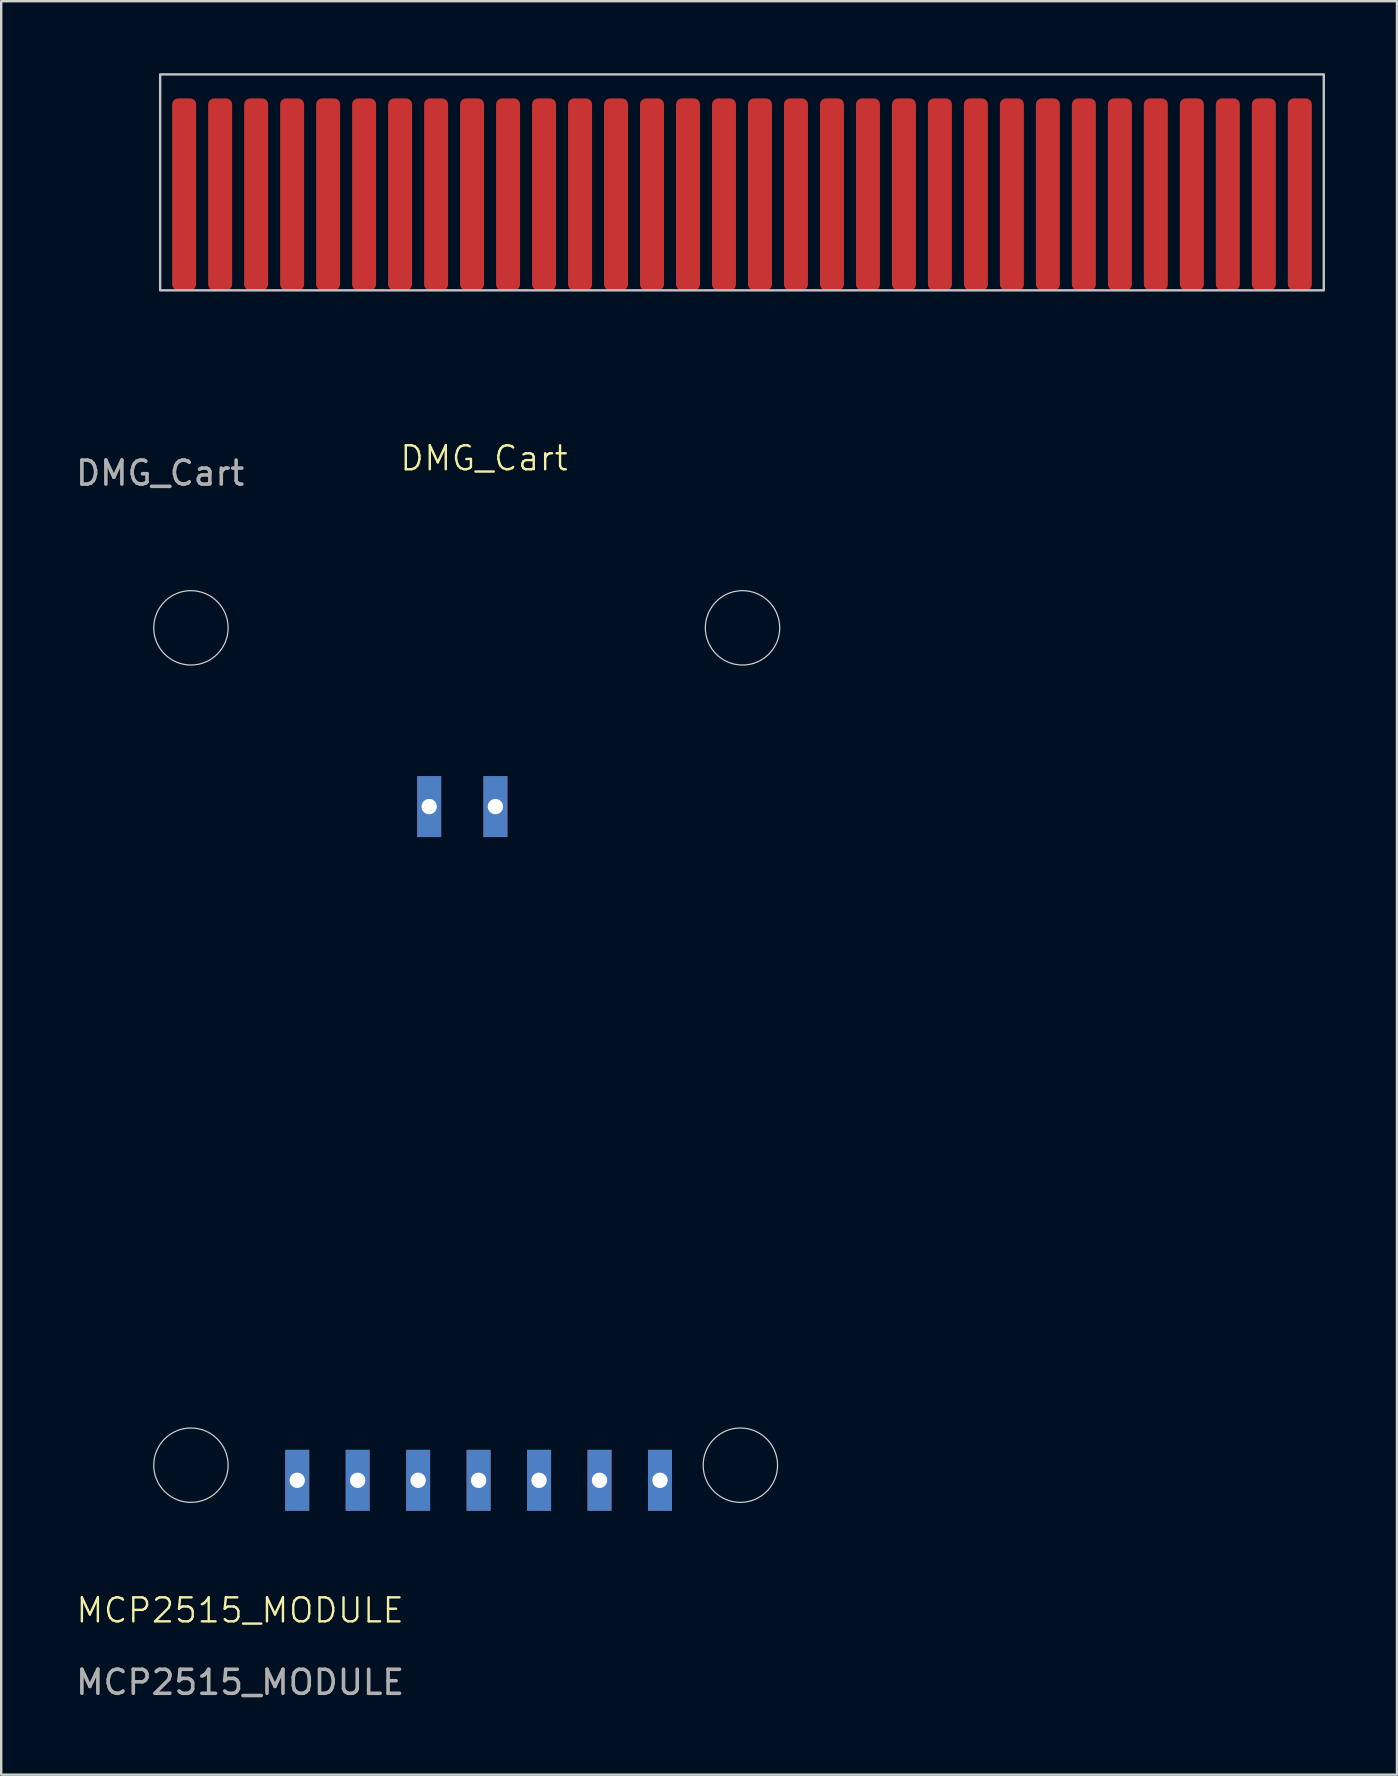
<source format=kicad_pcb>
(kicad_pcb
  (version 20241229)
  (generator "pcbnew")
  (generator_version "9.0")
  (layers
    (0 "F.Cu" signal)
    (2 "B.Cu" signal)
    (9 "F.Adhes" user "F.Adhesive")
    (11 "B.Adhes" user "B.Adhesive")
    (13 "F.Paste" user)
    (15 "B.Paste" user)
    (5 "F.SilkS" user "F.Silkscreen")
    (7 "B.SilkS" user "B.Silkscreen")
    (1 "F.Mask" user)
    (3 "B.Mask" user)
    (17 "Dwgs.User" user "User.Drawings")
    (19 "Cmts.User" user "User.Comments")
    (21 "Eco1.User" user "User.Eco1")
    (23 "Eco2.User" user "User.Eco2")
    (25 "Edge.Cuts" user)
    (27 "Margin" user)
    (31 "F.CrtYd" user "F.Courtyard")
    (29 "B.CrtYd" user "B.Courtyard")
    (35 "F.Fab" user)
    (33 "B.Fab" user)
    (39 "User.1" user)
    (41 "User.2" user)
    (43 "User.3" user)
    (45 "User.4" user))
  (footprint "DMG_Cart"
    (layer "F.Cu")
    (at 3.625 9.05)
    (property "Reference" "DMG_Cart" (at 13.5 7 0) (unlocked yes) (layer "F.SilkS") (effects (font (size 1 1) (thickness 0.1))))
    (attr smd)
    (fp_poly (pts (xy 48.5 -8) (xy 0 -8) (xy 0 0) (xy 48.5 0)) (stroke (width 0.1) (type solid)) (fill yes) (layer "F.Mask"))
    (fp_rect (start 0 -9) (end 48.5 0) (stroke (width 0.1) (type default)) (fill no) (layer "Dwgs.User"))
    (fp_text user "${REFERENCE}" (at 0 7.62 0) (unlocked yes) (layer "F.Fab") (effects (font (size 1 1) (thickness 0.15))))
    (pad "1" smd roundrect (at 1 -4) (size 1 8) (layers "F.Cu" "F.Mask" "F.Paste") (roundrect_rratio 0.25))
    (pad "2" smd roundrect (at 2.5 -4) (size 1 8) (layers "F.Cu" "F.Mask" "F.Paste") (roundrect_rratio 0.25))
    (pad "3" smd roundrect (at 4 -4) (size 1 8) (layers "F.Cu" "F.Mask" "F.Paste") (roundrect_rratio 0.25))
    (pad "4" smd roundrect (at 5.5 -4) (size 1 8) (layers "F.Cu" "F.Mask" "F.Paste") (roundrect_rratio 0.25))
    (pad "5" smd roundrect (at 7 -4) (size 1 8) (layers "F.Cu" "F.Mask" "F.Paste") (roundrect_rratio 0.25))
    (pad "6" smd roundrect (at 8.5 -4) (size 1 8) (layers "F.Cu" "F.Mask" "F.Paste") (roundrect_rratio 0.25))
    (pad "7" smd roundrect (at 10 -4) (size 1 8) (layers "F.Cu" "F.Mask" "F.Paste") (roundrect_rratio 0.25))
    (pad "8" smd roundrect (at 11.5 -4) (size 1 8) (layers "F.Cu" "F.Mask" "F.Paste") (roundrect_rratio 0.25))
    (pad "9" smd roundrect (at 13 -4) (size 1 8) (layers "F.Cu" "F.Mask" "F.Paste") (roundrect_rratio 0.25))
    (pad "10" smd roundrect (at 14.5 -4) (size 1 8) (layers "F.Cu" "F.Mask" "F.Paste") (roundrect_rratio 0.25))
    (pad "11" smd roundrect (at 16 -4) (size 1 8) (layers "F.Cu" "F.Mask" "F.Paste") (roundrect_rratio 0.25))
    (pad "12" smd roundrect (at 17.5 -4) (size 1 8) (layers "F.Cu" "F.Mask" "F.Paste") (roundrect_rratio 0.25))
    (pad "13" smd roundrect (at 19 -4) (size 1 8) (layers "F.Cu" "F.Mask" "F.Paste") (roundrect_rratio 0.25))
    (pad "14" smd roundrect (at 20.5 -4) (size 1 8) (layers "F.Cu" "F.Mask" "F.Paste") (roundrect_rratio 0.25))
    (pad "15" smd roundrect (at 22 -4) (size 1 8) (layers "F.Cu" "F.Mask" "F.Paste") (roundrect_rratio 0.25))
    (pad "16" smd roundrect (at 23.5 -4) (size 1 8) (layers "F.Cu" "F.Mask" "F.Paste") (roundrect_rratio 0.25))
    (pad "17" smd roundrect (at 25 -4) (size 1 8) (layers "F.Cu" "F.Mask" "F.Paste") (roundrect_rratio 0.25))
    (pad "18" smd roundrect (at 26.5 -4) (size 1 8) (layers "F.Cu" "F.Mask" "F.Paste") (roundrect_rratio 0.25))
    (pad "19" smd roundrect (at 28 -4) (size 1 8) (layers "F.Cu" "F.Mask" "F.Paste") (roundrect_rratio 0.25))
    (pad "20" smd roundrect (at 29.5 -4) (size 1 8) (layers "F.Cu" "F.Mask" "F.Paste") (roundrect_rratio 0.25))
    (pad "21" smd roundrect (at 31 -4) (size 1 8) (layers "F.Cu" "F.Mask" "F.Paste") (roundrect_rratio 0.25))
    (pad "22" smd roundrect (at 32.5 -4) (size 1 8) (layers "F.Cu" "F.Mask" "F.Paste") (roundrect_rratio 0.25))
    (pad "23" smd roundrect (at 34 -4) (size 1 8) (layers "F.Cu" "F.Mask" "F.Paste") (roundrect_rratio 0.25))
    (pad "24" smd roundrect (at 35.5 -4) (size 1 8) (layers "F.Cu" "F.Mask" "F.Paste") (roundrect_rratio 0.25))
    (pad "25" smd roundrect (at 37 -4) (size 1 8) (layers "F.Cu" "F.Mask" "F.Paste") (roundrect_rratio 0.25))
    (pad "26" smd roundrect (at 38.5 -4) (size 1 8) (layers "F.Cu" "F.Mask" "F.Paste") (roundrect_rratio 0.25))
    (pad "27" smd roundrect (at 40 -4) (size 1 8) (layers "F.Cu" "F.Mask" "F.Paste") (roundrect_rratio 0.25))
    (pad "28" smd roundrect (at 41.5 -4) (size 1 8) (layers "F.Cu" "F.Mask" "F.Paste") (roundrect_rratio 0.25))
    (pad "29" smd roundrect (at 43 -4) (size 1 8) (layers "F.Cu" "F.Mask" "F.Paste") (roundrect_rratio 0.25))
    (pad "30" smd roundrect (at 44.5 -4) (size 1 8) (layers "F.Cu" "F.Mask" "F.Paste") (roundrect_rratio 0.25))
    (pad "31" smd roundrect (at 46 -4) (size 1 8) (layers "F.Cu" "F.Mask" "F.Paste") (roundrect_rratio 0.25))
    (pad "32" smd roundrect (at 47.5 -4) (size 1 8) (layers "F.Cu" "F.Mask" "F.Paste") (roundrect_rratio 0.25)))
  (footprint "MCP2515_MODULE"
    (layer "F.Cu")
    (at 30.458 60.568)
    (property "Reference" "MCP2515_MODULE" (at -23.5 3.5 0) (unlocked yes) (layer "F.SilkS") (effects (font (size 1 1) (thickness 0.1))))
    (attr through_hole)
    (fp_circle (center -25.55 -37.45) (end -24 -37.45) (stroke (width 0.05) (type default)) (fill no) (layer "Edge.Cuts"))
    (fp_circle (center -25.55 -2.55) (end -24 -2.55) (stroke (width 0.05) (type default)) (fill no) (layer "Edge.Cuts"))
    (fp_circle (center -2.65 -2.55) (end -1.1 -2.55) (stroke (width 0.05) (type default)) (fill no) (layer "Edge.Cuts"))
    (fp_circle (center -2.56 -37.45) (end -1.01 -37.45) (stroke (width 0.05) (type default)) (fill no) (layer "Edge.Cuts"))
    (fp_rect (start -28.2 -40) (end 0 0) (stroke (width 0.1) (type default)) (fill no) (layer "Margin"))
    (fp_text user "${REFERENCE}" (at -23.5 6.5 0) (unlocked yes) (layer "F.Fab") (effects (font (size 1 1) (thickness 0.15))))
    (pad "1" thru_hole rect (at -21.12 -1.92) (size 1 2.54) (drill 0.64) (layers "*.Cu" "*.Mask"))
    (pad "2" thru_hole rect (at -18.6 -1.92) (size 1 2.54) (drill 0.64) (layers "*.Cu" "*.Mask"))
    (pad "3" thru_hole rect (at -16.08 -1.92) (size 1 2.54) (drill 0.64) (layers "*.Cu" "*.Mask"))
    (pad "4" thru_hole rect (at -13.56 -1.92) (size 1 2.54) (drill 0.64) (layers "*.Cu" "*.Mask"))
    (pad "5" thru_hole rect (at -11.04 -1.92) (size 1 2.54) (drill 0.64) (layers "*.Cu" "*.Mask"))
    (pad "6" thru_hole rect (at -8.52 -1.92) (size 1 2.54) (drill 0.64) (layers "*.Cu" "*.Mask"))
    (pad "7" thru_hole rect (at -6 -1.92) (size 1 2.54) (drill 0.64) (layers "*.Cu" "*.Mask"))
    (pad "8" thru_hole rect (at -12.86 -30) (size 1 2.54) (drill 0.64) (layers "*.Cu" "*.Mask"))
    (pad "9" thru_hole rect (at -15.62 -30) (size 1 2.54) (drill 0.64) (layers "*.Cu" "*.Mask")))
  (gr_rect
    (start -3 -3)
    (end 55.175 70.916)
    (stroke (width 0.1) (type default))
    (fill no)
    (layer "Edge.Cuts")))
</source>
